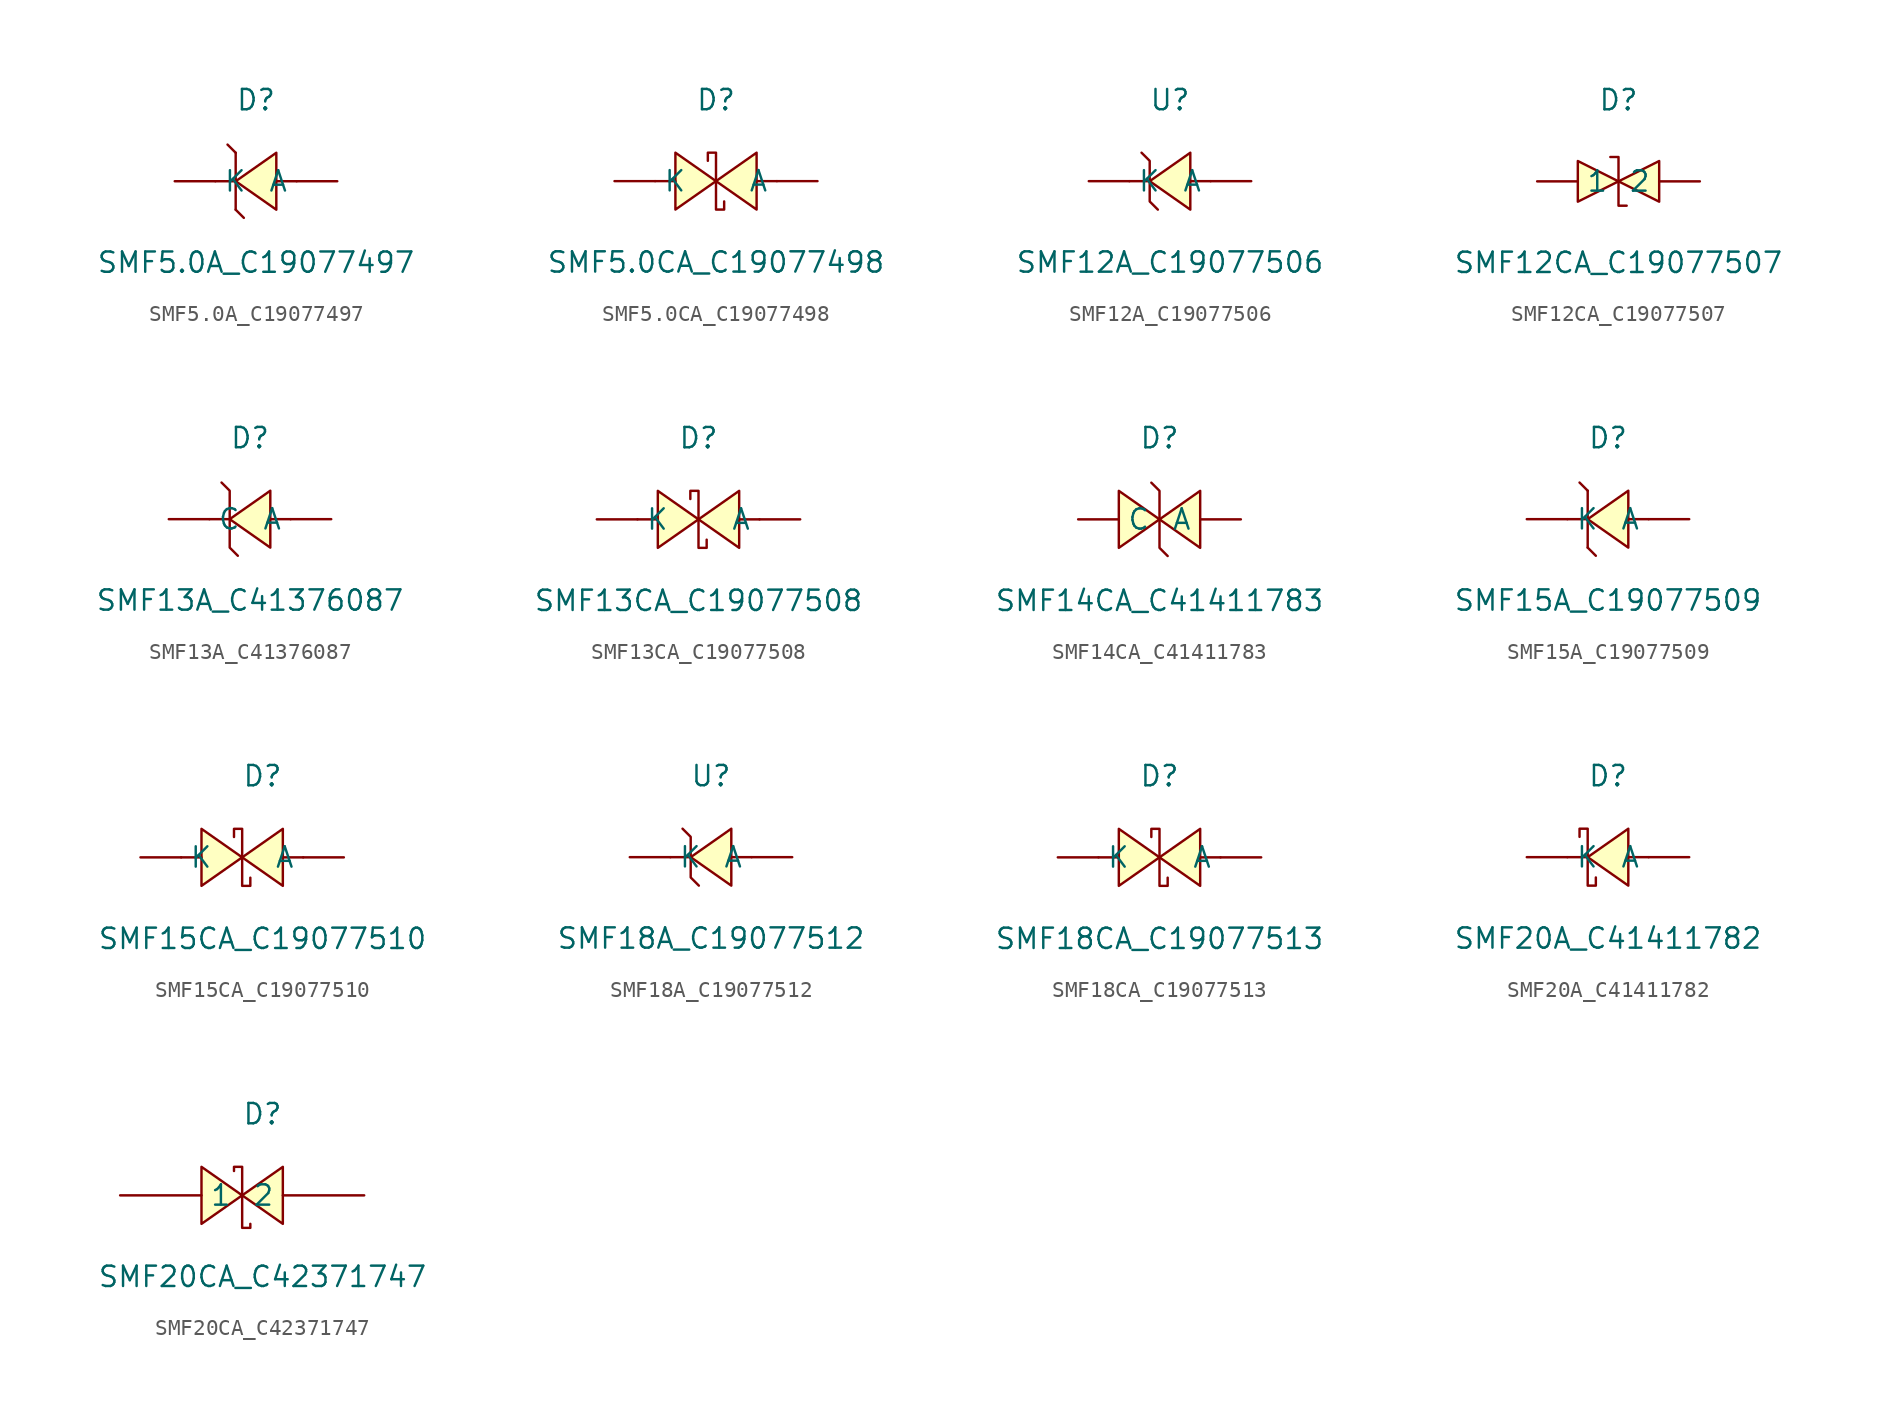
<source format=kicad_sym>
(kicad_symbol_lib
  (version 20241209)
  (generator "kicad_symbol_editor")
  (generator_version "9.0")
  (symbol "SMF5.0A_C19077497"
    (pin_numbers
      (hide yes))
    (property "Reference" "D"
      (at 0 5.08 0)
      (effects (font (size 1.27 1.27))))
    (property "Value" "SMF5.0A_C19077497"
      (at 0 -5.08 0)
      (effects (font (size 1.27 1.27))))
    (symbol "SMF5.0A_C19077497_0_1"
      (polyline (pts (xy -1.27 1.78) (xy -1.78 2.29)) (stroke (width 0) (type default)) (fill (type none)))
      (polyline (pts (xy -1.27 1.78) (xy -1.27 -1.78)) (stroke (width 0) (type default)) (fill (type none)))
      (polyline (pts (xy -1.27 0) (xy -2.54 0)) (stroke (width 0) (type default)) (fill (type none)))
      (polyline (pts (xy -1.27 -1.78) (xy -0.76 -2.29)) (stroke (width 0) (type default)) (fill (type none)))
      (polyline (pts (xy 1.27 1.78) (xy -1.27 0) (xy 1.27 -1.78) (xy 1.27 1.78)) (stroke (width 0) (type default)) (fill (type background)))
      (polyline (pts (xy 2.54 0) (xy 1.27 0)) (stroke (width 0) (type default)) (fill (type none)))
      (pin unspecified line (at -5.08 0 0) (length 2.54) (name "K" (effects (font (size 1.27 1.27)))) (number "1" (effects (font (size 1.27 1.27)))))
      (pin unspecified line (at 5.08 0 180) (length 2.54) (name "A" (effects (font (size 1.27 1.27)))) (number "2" (effects (font (size 1.27 1.27)))))))
  (symbol "SMF5.0CA_C19077498"
    (pin_numbers
      (hide yes))
    (property "Reference" "D"
      (at 0 5.08 0)
      (effects (font (size 1.27 1.27))))
    (property "Value" "SMF5.0CA_C19077498"
      (at 0 -5.08 0)
      (effects (font (size 1.27 1.27))))
    (symbol "SMF5.0CA_C19077498_0_1"
      (polyline (pts (xy -2.54 0) (xy -3.81 0)) (stroke (width 0) (type default)) (fill (type none)))
      (polyline (pts (xy -2.54 -1.78) (xy 0 0) (xy -2.54 1.78) (xy -2.54 -1.78)) (stroke (width 0) (type default)) (fill (type background)))
      (polyline (pts (xy -0.51 1.27) (xy -0.51 1.78) (xy 0 1.78) (xy 0 -1.78) (xy 0.51 -1.78) (xy 0.51 -1.27)) (stroke (width 0) (type default)) (fill (type none)))
      (polyline (pts (xy 2.54 1.78) (xy 0 0) (xy 2.54 -1.78) (xy 2.54 1.78)) (stroke (width 0) (type default)) (fill (type background)))
      (polyline (pts (xy 3.81 0) (xy 2.54 0)) (stroke (width 0) (type default)) (fill (type none)))
      (pin unspecified line (at -6.35 0 0) (length 2.54) (name "K" (effects (font (size 1.27 1.27)))) (number "2" (effects (font (size 1.27 1.27)))))
      (pin unspecified line (at 6.35 0 180) (length 2.54) (name "A" (effects (font (size 1.27 1.27)))) (number "1" (effects (font (size 1.27 1.27)))))))
  (symbol "SMF12A_C19077506"
    (pin_numbers
      (hide yes))
    (property "Reference" "U"
      (at 0 5.08 0)
      (effects (font (size 1.27 1.27))))
    (property "Value" "SMF12A_C19077506"
      (at 0 -5.08 0)
      (effects (font (size 1.27 1.27))))
    (symbol "SMF12A_C19077506_0_1"
      (polyline (pts (xy -1.78 1.78) (xy -1.27 1.27) (xy -1.27 -1.27) (xy -0.76 -1.78)) (stroke (width 0) (type default)) (fill (type none)))
      (polyline (pts (xy -1.27 0) (xy -2.54 0)) (stroke (width 0) (type default)) (fill (type none)))
      (polyline (pts (xy 1.27 1.78) (xy -1.27 0) (xy 1.27 -1.78) (xy 1.27 1.78)) (stroke (width 0) (type default)) (fill (type background)))
      (polyline (pts (xy 2.54 0) (xy 1.27 0)) (stroke (width 0) (type default)) (fill (type none)))
      (pin unspecified line (at -5.08 0 0) (length 2.54) (name "K" (effects (font (size 1.27 1.27)))) (number "2" (effects (font (size 1.27 1.27)))))
      (pin unspecified line (at 5.08 0 180) (length 2.54) (name "A" (effects (font (size 1.27 1.27)))) (number "1" (effects (font (size 1.27 1.27)))))))
  (symbol "SMF12CA_C19077507"
    (pin_numbers
      (hide yes))
    (property "Reference" "D"
      (at 0 5.08 0)
      (effects (font (size 1.27 1.27))))
    (property "Value" "SMF12CA_C19077507"
      (at 0 -5.08 0)
      (effects (font (size 1.27 1.27))))
    (symbol "SMF12CA_C19077507_0_1"
      (polyline (pts (xy -2.54 1.27) (xy 0 0) (xy -2.54 -1.27) (xy -2.54 1.27)) (stroke (width 0) (type default)) (fill (type background)))
      (polyline (pts (xy -0.51 1.52) (xy -0.51 1.52) (xy 0 1.52) (xy 0 -1.52) (xy 0.51 -1.52) (xy 0.51 -1.52)) (stroke (width 0) (type default)) (fill (type none)))
      (polyline (pts (xy 2.54 1.27) (xy 0 0) (xy 2.54 -1.27) (xy 2.54 1.27)) (stroke (width 0) (type default)) (fill (type background)))
      (pin unspecified line (at -5.08 0 0) (length 2.54) (name "1" (effects (font (size 1.27 1.27)))) (number "1" (effects (font (size 1.27 1.27)))))
      (pin unspecified line (at 5.08 0 180) (length 2.54) (name "2" (effects (font (size 1.27 1.27)))) (number "2" (effects (font (size 1.27 1.27)))))))
  (symbol "SMF13A_C41376087"
    (pin_numbers
      (hide yes))
    (property "Reference" "D"
      (at 0 5.08 0)
      (effects (font (size 1.27 1.27))))
    (property "Value" "SMF13A_C41376087"
      (at 0 -5.08 0)
      (effects (font (size 1.27 1.27))))
    (symbol "SMF13A_C41376087_0_1"
      (polyline (pts (xy -1.78 2.29) (xy -1.78 2.29) (xy -1.27 1.78) (xy -1.27 -1.78) (xy -0.76 -2.29) (xy -0.76 -2.29)) (stroke (width 0) (type default)) (fill (type none)))
      (polyline (pts (xy -1.27 0) (xy -2.54 0)) (stroke (width 0) (type default)) (fill (type none)))
      (polyline (pts (xy 1.27 1.78) (xy -1.27 0) (xy 1.27 -1.78) (xy 1.27 1.78)) (stroke (width 0) (type default)) (fill (type background)))
      (polyline (pts (xy 2.54 0) (xy 1.27 0)) (stroke (width 0) (type default)) (fill (type none)))
      (pin unspecified line (at -5.08 0 0) (length 2.54) (name "C" (effects (font (size 1.27 1.27)))) (number "1" (effects (font (size 1.27 1.27)))))
      (pin unspecified line (at 5.08 0 180) (length 2.54) (name "A" (effects (font (size 1.27 1.27)))) (number "2" (effects (font (size 1.27 1.27)))))))
  (symbol "SMF13CA_C19077508"
    (pin_numbers
      (hide yes))
    (property "Reference" "D"
      (at 0 5.08 0)
      (effects (font (size 1.27 1.27))))
    (property "Value" "SMF13CA_C19077508"
      (at 0 -5.08 0)
      (effects (font (size 1.27 1.27))))
    (symbol "SMF13CA_C19077508_0_1"
      (polyline (pts (xy -2.54 0) (xy -3.81 0)) (stroke (width 0) (type default)) (fill (type none)))
      (polyline (pts (xy -2.54 -1.78) (xy 0 0) (xy -2.54 1.78) (xy -2.54 -1.78)) (stroke (width 0) (type default)) (fill (type background)))
      (polyline (pts (xy -0.51 1.27) (xy -0.51 1.78) (xy 0 1.78) (xy 0 -1.78) (xy 0.51 -1.78) (xy 0.51 -1.27)) (stroke (width 0) (type default)) (fill (type none)))
      (polyline (pts (xy 2.54 1.78) (xy 0 0) (xy 2.54 -1.78) (xy 2.54 1.78)) (stroke (width 0) (type default)) (fill (type background)))
      (polyline (pts (xy 3.81 0) (xy 2.54 0)) (stroke (width 0) (type default)) (fill (type none)))
      (pin unspecified line (at -6.35 0 0) (length 2.54) (name "K" (effects (font (size 1.27 1.27)))) (number "2" (effects (font (size 1.27 1.27)))))
      (pin unspecified line (at 6.35 0 180) (length 2.54) (name "A" (effects (font (size 1.27 1.27)))) (number "1" (effects (font (size 1.27 1.27)))))))
  (symbol "SMF14CA_C41411783"
    (pin_numbers
      (hide yes))
    (property "Reference" "D"
      (at 0 5.08 0)
      (effects (font (size 1.27 1.27))))
    (property "Value" "SMF14CA_C41411783"
      (at 0 -5.08 0)
      (effects (font (size 1.27 1.27))))
    (symbol "SMF14CA_C41411783_0_1"
      (polyline (pts (xy -2.54 -1.78) (xy 0 0) (xy -2.54 1.78) (xy -2.54 -1.78)) (stroke (width 0) (type default)) (fill (type background)))
      (polyline (pts (xy -0.51 2.29) (xy -0.51 2.29) (xy 0 1.78) (xy 0 -1.78) (xy 0.51 -2.29) (xy 0.51 -2.29)) (stroke (width 0) (type default)) (fill (type none)))
      (polyline (pts (xy 2.54 1.78) (xy 0 0) (xy 2.54 -1.78) (xy 2.54 1.78)) (stroke (width 0) (type default)) (fill (type background)))
      (pin unspecified line (at -5.08 0 0) (length 2.54) (name "C" (effects (font (size 1.27 1.27)))) (number "1" (effects (font (size 1.27 1.27)))))
      (pin unspecified line (at 5.08 0 180) (length 2.54) (name "A" (effects (font (size 1.27 1.27)))) (number "2" (effects (font (size 1.27 1.27)))))))
  (symbol "SMF15A_C19077509"
    (pin_numbers
      (hide yes))
    (property "Reference" "D"
      (at 0 5.08 0)
      (effects (font (size 1.27 1.27))))
    (property "Value" "SMF15A_C19077509"
      (at 0 -5.08 0)
      (effects (font (size 1.27 1.27))))
    (symbol "SMF15A_C19077509_0_1"
      (polyline (pts (xy -1.27 1.78) (xy -1.78 2.29)) (stroke (width 0) (type default)) (fill (type none)))
      (polyline (pts (xy -1.27 1.78) (xy -1.27 -1.78)) (stroke (width 0) (type default)) (fill (type none)))
      (polyline (pts (xy -1.27 0) (xy -2.54 0)) (stroke (width 0) (type default)) (fill (type none)))
      (polyline (pts (xy -1.27 -1.78) (xy -0.76 -2.29)) (stroke (width 0) (type default)) (fill (type none)))
      (polyline (pts (xy 1.27 1.78) (xy -1.27 0) (xy 1.27 -1.78) (xy 1.27 1.78)) (stroke (width 0) (type default)) (fill (type background)))
      (polyline (pts (xy 2.54 0) (xy 1.27 0)) (stroke (width 0) (type default)) (fill (type none)))
      (pin unspecified line (at -5.08 0 0) (length 2.54) (name "K" (effects (font (size 1.27 1.27)))) (number "1" (effects (font (size 1.27 1.27)))))
      (pin unspecified line (at 5.08 0 180) (length 2.54) (name "A" (effects (font (size 1.27 1.27)))) (number "2" (effects (font (size 1.27 1.27)))))))
  (symbol "SMF15CA_C19077510"
    (pin_numbers
      (hide yes))
    (property "Reference" "D"
      (at 0 5.08 0)
      (effects (font (size 1.27 1.27))))
    (property "Value" "SMF15CA_C19077510"
      (at 0 -5.08 0)
      (effects (font (size 1.27 1.27))))
    (symbol "SMF15CA_C19077510_0_1"
      (polyline (pts (xy -3.81 0) (xy -5.08 0)) (stroke (width 0) (type default)) (fill (type none)))
      (polyline (pts (xy -3.81 -1.78) (xy -1.27 0) (xy -3.81 1.78) (xy -3.81 -1.78)) (stroke (width 0) (type default)) (fill (type background)))
      (polyline (pts (xy -1.78 1.27) (xy -1.78 1.78) (xy -1.27 1.78) (xy -1.27 -1.78) (xy -0.76 -1.78) (xy -0.76 -1.27)) (stroke (width 0) (type default)) (fill (type none)))
      (polyline (pts (xy 1.27 1.78) (xy -1.27 0) (xy 1.27 -1.78) (xy 1.27 1.78)) (stroke (width 0) (type default)) (fill (type background)))
      (polyline (pts (xy 2.54 0) (xy 1.27 0)) (stroke (width 0) (type default)) (fill (type none)))
      (pin unspecified line (at -7.62 0 0) (length 2.54) (name "K" (effects (font (size 1.27 1.27)))) (number "2" (effects (font (size 1.27 1.27)))))
      (pin unspecified line (at 5.08 0 180) (length 2.54) (name "A" (effects (font (size 1.27 1.27)))) (number "1" (effects (font (size 1.27 1.27)))))))
  (symbol "SMF18A_C19077512"
    (pin_numbers
      (hide yes))
    (property "Reference" "U"
      (at 0 5.08 0)
      (effects (font (size 1.27 1.27))))
    (property "Value" "SMF18A_C19077512"
      (at 0 -5.08 0)
      (effects (font (size 1.27 1.27))))
    (symbol "SMF18A_C19077512_0_1"
      (polyline (pts (xy -1.78 1.78) (xy -1.27 1.27) (xy -1.27 -1.27) (xy -0.76 -1.78)) (stroke (width 0) (type default)) (fill (type none)))
      (polyline (pts (xy -1.27 0) (xy -2.54 0)) (stroke (width 0) (type default)) (fill (type none)))
      (polyline (pts (xy 1.27 1.78) (xy -1.27 0) (xy 1.27 -1.78) (xy 1.27 1.78)) (stroke (width 0) (type default)) (fill (type background)))
      (polyline (pts (xy 2.54 0) (xy 1.27 0)) (stroke (width 0) (type default)) (fill (type none)))
      (pin unspecified line (at -5.08 0 0) (length 2.54) (name "K" (effects (font (size 1.27 1.27)))) (number "2" (effects (font (size 1.27 1.27)))))
      (pin unspecified line (at 5.08 0 180) (length 2.54) (name "A" (effects (font (size 1.27 1.27)))) (number "1" (effects (font (size 1.27 1.27)))))))
  (symbol "SMF18CA_C19077513"
    (pin_numbers
      (hide yes))
    (property "Reference" "D"
      (at 0 5.08 0)
      (effects (font (size 1.27 1.27))))
    (property "Value" "SMF18CA_C19077513"
      (at 0 -5.08 0)
      (effects (font (size 1.27 1.27))))
    (symbol "SMF18CA_C19077513_0_1"
      (polyline (pts (xy -2.54 0) (xy -3.81 0)) (stroke (width 0) (type default)) (fill (type none)))
      (polyline (pts (xy -2.54 -1.78) (xy 0 0) (xy -2.54 1.78) (xy -2.54 -1.78)) (stroke (width 0) (type default)) (fill (type background)))
      (polyline (pts (xy -0.51 1.27) (xy -0.51 1.78) (xy 0 1.78) (xy 0 -1.78) (xy 0.51 -1.78) (xy 0.51 -1.27)) (stroke (width 0) (type default)) (fill (type none)))
      (polyline (pts (xy 2.54 1.78) (xy 0 0) (xy 2.54 -1.78) (xy 2.54 1.78)) (stroke (width 0) (type default)) (fill (type background)))
      (polyline (pts (xy 3.81 0) (xy 2.54 0)) (stroke (width 0) (type default)) (fill (type none)))
      (pin unspecified line (at -6.35 0 0) (length 2.54) (name "K" (effects (font (size 1.27 1.27)))) (number "2" (effects (font (size 1.27 1.27)))))
      (pin unspecified line (at 6.35 0 180) (length 2.54) (name "A" (effects (font (size 1.27 1.27)))) (number "1" (effects (font (size 1.27 1.27)))))))
  (symbol "SMF20A_C41411782"
    (pin_numbers
      (hide yes))
    (property "Reference" "D"
      (at 0 5.08 0)
      (effects (font (size 1.27 1.27))))
    (property "Value" "SMF20A_C41411782"
      (at 0 -5.08 0)
      (effects (font (size 1.27 1.27))))
    (symbol "SMF20A_C41411782_0_1"
      (polyline (pts (xy -1.78 1.27) (xy -1.78 1.78) (xy -1.27 1.78) (xy -1.27 -1.78) (xy -0.76 -1.78) (xy -0.76 -1.27)) (stroke (width 0) (type default)) (fill (type none)))
      (polyline (pts (xy -1.27 0) (xy -2.54 0)) (stroke (width 0) (type default)) (fill (type none)))
      (polyline (pts (xy 1.27 1.78) (xy -1.27 0) (xy 1.27 -1.78) (xy 1.27 1.78)) (stroke (width 0) (type default)) (fill (type background)))
      (polyline (pts (xy 2.54 0) (xy 1.27 0)) (stroke (width 0) (type default)) (fill (type none)))
      (pin unspecified line (at -5.08 0 0) (length 2.54) (name "K" (effects (font (size 1.27 1.27)))) (number "1" (effects (font (size 1.27 1.27)))))
      (pin unspecified line (at 5.08 0 180) (length 2.54) (name "A" (effects (font (size 1.27 1.27)))) (number "2" (effects (font (size 1.27 1.27)))))))
  (symbol "SMF20CA_C42371747"
    (pin_numbers
      (hide yes))
    (property "Reference" "D"
      (at 0 5.08 0)
      (effects (font (size 1.27 1.27))))
    (property "Value" "SMF20CA_C42371747"
      (at 0 -5.08 0)
      (effects (font (size 1.27 1.27))))
    (symbol "SMF20CA_C42371747_0_1"
      (polyline (pts (xy -3.81 -1.78) (xy -1.27 0) (xy -3.81 1.78) (xy -3.81 -1.78)) (stroke (width 0) (type default)) (fill (type background)))
      (polyline (pts (xy -1.78 1.52) (xy -1.78 1.78) (xy -1.27 1.78) (xy -1.27 -2.03) (xy -0.76 -2.03) (xy -0.76 -1.78)) (stroke (width 0) (type default)) (fill (type none)))
      (polyline (pts (xy 1.27 1.78) (xy -1.27 0) (xy 1.27 -1.78) (xy 1.27 1.78)) (stroke (width 0) (type default)) (fill (type background)))
      (pin unspecified line (at -8.89 0 0) (length 5.08) (name "1" (effects (font (size 1.27 1.27)))) (number "1" (effects (font (size 1.27 1.27)))))
      (pin unspecified line (at 6.35 0 180) (length 5.08) (name "2" (effects (font (size 1.27 1.27)))) (number "2" (effects (font (size 1.27 1.27))))))))
</source>
